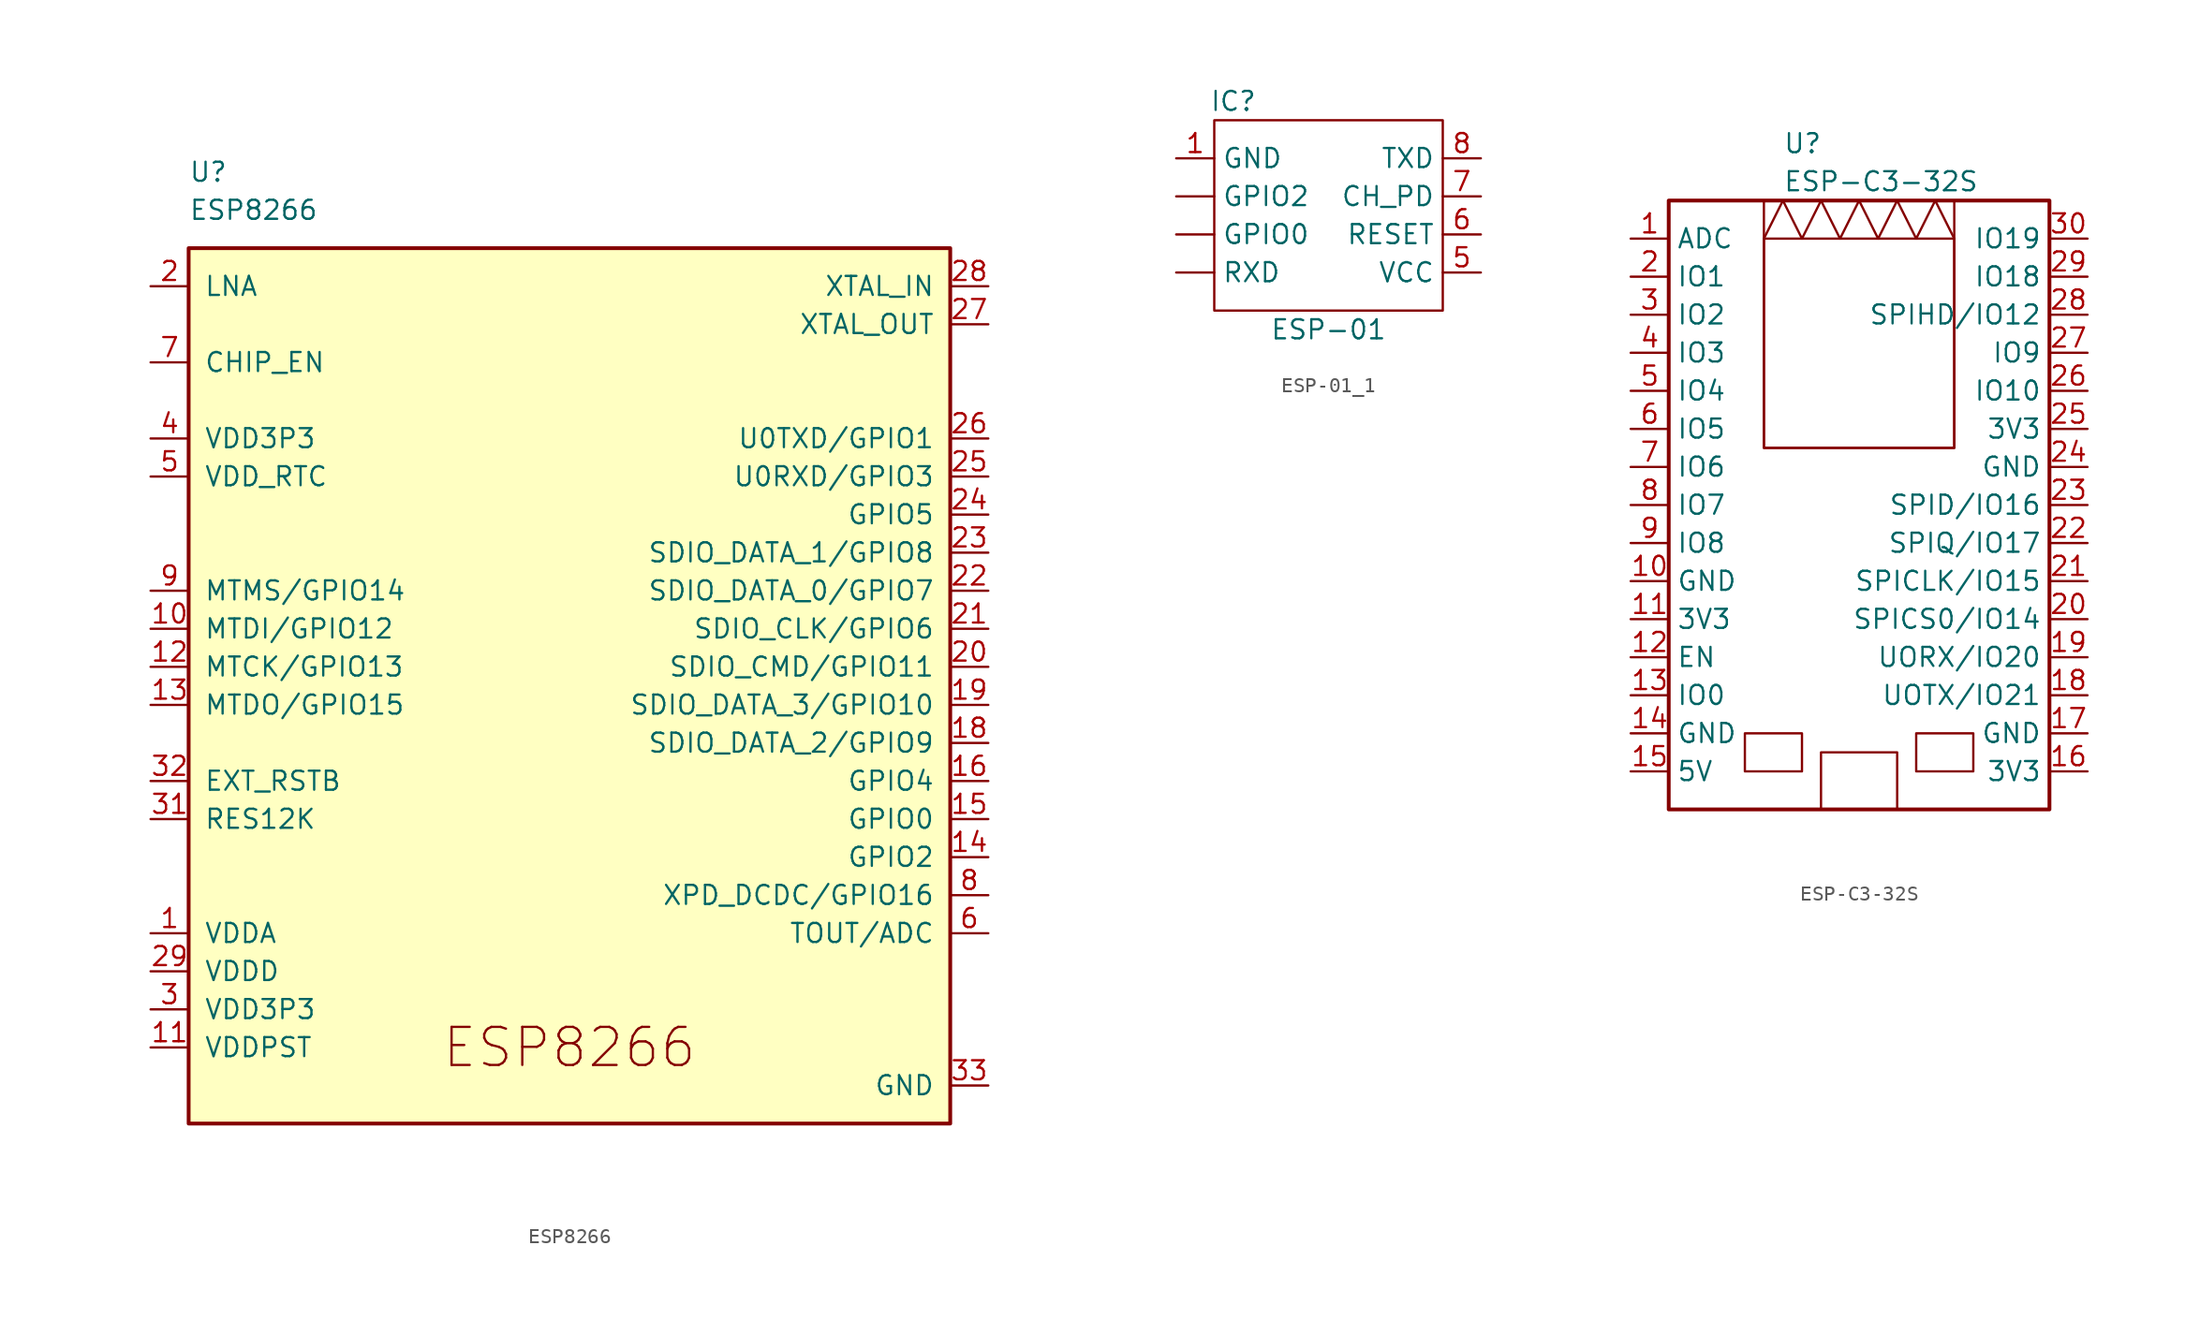
<source format=kicad_sym>
(kicad_symbol_lib
  (version 20231120)
  (generator "kicad_symbol_editor")
  (generator_version "8.0")
  (symbol "ESP8266"
    (pin_names
      (offset 1.016))
    (property "Reference" "U"
      (at -25.4 35.56 0)
      (effects (font (size 1.27 1.27)) (justify left)))
    (property "Value" "ESP8266"
      (at -25.4 33.02 0)
      (effects (font (size 1.27 1.27)) (justify left)))
    (symbol "ESP8266_1_1"
      (rectangle (start -25.4 30.48) (end 25.4 -27.94) (stroke (width 0.254) (type default)) (fill (type background)))
      (text "ESP8266" (at 0 -22.86 0) (effects (font (size 2.54 2.54))))
      (pin bidirectional line (at -27.94 -15.24 0) (length 2.54) (name "VDDA" (effects (font (size 1.27 1.27)))) (number "1" (effects (font (size 1.27 1.27)))))
      (pin bidirectional line (at -27.94 5.08 0) (length 2.54) (name "MTDI/GPIO12" (effects (font (size 1.27 1.27)))) (number "10" (effects (font (size 1.27 1.27)))))
      (pin power_in line (at -27.94 -22.86 0) (length 2.54) (name "VDDPST" (effects (font (size 1.27 1.27)))) (number "11" (effects (font (size 1.27 1.27)))))
      (pin bidirectional line (at -27.94 2.54 0) (length 2.54) (name "MTCK/GPIO13" (effects (font (size 1.27 1.27)))) (number "12" (effects (font (size 1.27 1.27)))))
      (pin bidirectional line (at -27.94 0 0) (length 2.54) (name "MTDO/GPIO15" (effects (font (size 1.27 1.27)))) (number "13" (effects (font (size 1.27 1.27)))))
      (pin bidirectional line (at 27.94 -10.16 180) (length 2.54) (name "GPIO2" (effects (font (size 1.27 1.27)))) (number "14" (effects (font (size 1.27 1.27)))))
      (pin bidirectional line (at 27.94 -7.62 180) (length 2.54) (name "GPIO0" (effects (font (size 1.27 1.27)))) (number "15" (effects (font (size 1.27 1.27)))))
      (pin bidirectional line (at 27.94 -5.08 180) (length 2.54) (name "GPIO4" (effects (font (size 1.27 1.27)))) (number "16" (effects (font (size 1.27 1.27)))))
      (pin passive line (at -27.94 -22.86 0) (length 2.54) hide (name "VDDPST" (effects (font (size 1.27 1.27)))) (number "17" (effects (font (size 1.27 1.27)))))
      (pin bidirectional line (at 27.94 -2.54 180) (length 2.54) (name "SDIO_DATA_2/GPIO9" (effects (font (size 1.27 1.27)))) (number "18" (effects (font (size 1.27 1.27)))))
      (pin bidirectional line (at 27.94 0 180) (length 2.54) (name "SDIO_DATA_3/GPIO10" (effects (font (size 1.27 1.27)))) (number "19" (effects (font (size 1.27 1.27)))))
      (pin power_in line (at -27.94 27.94 0) (length 2.54) (name "LNA" (effects (font (size 1.27 1.27)))) (number "2" (effects (font (size 1.27 1.27)))))
      (pin bidirectional line (at 27.94 2.54 180) (length 2.54) (name "SDIO_CMD/GPIO11" (effects (font (size 1.27 1.27)))) (number "20" (effects (font (size 1.27 1.27)))))
      (pin bidirectional line (at 27.94 5.08 180) (length 2.54) (name "SDIO_CLK/GPIO6" (effects (font (size 1.27 1.27)))) (number "21" (effects (font (size 1.27 1.27)))))
      (pin bidirectional line (at 27.94 7.62 180) (length 2.54) (name "SDIO_DATA_0/GPIO7" (effects (font (size 1.27 1.27)))) (number "22" (effects (font (size 1.27 1.27)))))
      (pin bidirectional line (at 27.94 10.16 180) (length 2.54) (name "SDIO_DATA_1/GPIO8" (effects (font (size 1.27 1.27)))) (number "23" (effects (font (size 1.27 1.27)))))
      (pin bidirectional line (at 27.94 12.7 180) (length 2.54) (name "GPIO5" (effects (font (size 1.27 1.27)))) (number "24" (effects (font (size 1.27 1.27)))))
      (pin bidirectional line (at 27.94 15.24 180) (length 2.54) (name "U0RXD/GPIO3" (effects (font (size 1.27 1.27)))) (number "25" (effects (font (size 1.27 1.27)))))
      (pin bidirectional line (at 27.94 17.78 180) (length 2.54) (name "U0TXD/GPIO1" (effects (font (size 1.27 1.27)))) (number "26" (effects (font (size 1.27 1.27)))))
      (pin bidirectional line (at 27.94 25.4 180) (length 2.54) (name "XTAL_OUT" (effects (font (size 1.27 1.27)))) (number "27" (effects (font (size 1.27 1.27)))))
      (pin bidirectional line (at 27.94 27.94 180) (length 2.54) (name "XTAL_IN" (effects (font (size 1.27 1.27)))) (number "28" (effects (font (size 1.27 1.27)))))
      (pin output line (at -27.94 -17.78 0) (length 2.54) (name "VDDD" (effects (font (size 1.27 1.27)))) (number "29" (effects (font (size 1.27 1.27)))))
      (pin power_out line (at -27.94 -20.32 0) (length 2.54) (name "VDD3P3" (effects (font (size 1.27 1.27)))) (number "3" (effects (font (size 1.27 1.27)))))
      (pin passive line (at -27.94 -15.24 0) (length 2.54) hide (name "VDDA" (effects (font (size 1.27 1.27)))) (number "30" (effects (font (size 1.27 1.27)))))
      (pin power_in line (at -27.94 -7.62 0) (length 2.54) (name "RES12K" (effects (font (size 1.27 1.27)))) (number "31" (effects (font (size 1.27 1.27)))))
      (pin power_in line (at -27.94 -5.08 0) (length 2.54) (name "EXT_RSTB" (effects (font (size 1.27 1.27)))) (number "32" (effects (font (size 1.27 1.27)))))
      (pin power_in line (at 27.94 -25.4 180) (length 2.54) (name "GND" (effects (font (size 1.27 1.27)))) (number "33" (effects (font (size 1.27 1.27)))))
      (pin output line (at -27.94 17.78 0) (length 2.54) (name "VDD3P3" (effects (font (size 1.27 1.27)))) (number "4" (effects (font (size 1.27 1.27)))))
      (pin input line (at -27.94 15.24 0) (length 2.54) (name "VDD_RTC" (effects (font (size 1.27 1.27)))) (number "5" (effects (font (size 1.27 1.27)))))
      (pin input line (at 27.94 -15.24 180) (length 2.54) (name "TOUT/ADC" (effects (font (size 1.27 1.27)))) (number "6" (effects (font (size 1.27 1.27)))))
      (pin input line (at -27.94 22.86 0) (length 2.54) (name "CHIP_EN" (effects (font (size 1.27 1.27)))) (number "7" (effects (font (size 1.27 1.27)))))
      (pin bidirectional line (at 27.94 -12.7 180) (length 2.54) (name "XPD_DCDC/GPIO16" (effects (font (size 1.27 1.27)))) (number "8" (effects (font (size 1.27 1.27)))))
      (pin bidirectional line (at -27.94 7.62 0) (length 2.54) (name "MTMS/GPIO14" (effects (font (size 1.27 1.27)))) (number "9" (effects (font (size 1.27 1.27)))))))
  (symbol "ESP-01_1"
    (property "Reference" "IC"
      (at -6.35 7.62 0)
      (effects (font (size 1.27 1.27))))
    (property "Value" "ESP-01"
      (at 0 -7.62 0)
      (effects (font (size 1.27 1.27))))
    (symbol "ESP-01_1_0_1"
      (rectangle (start -7.62 6.35) (end 7.62 -6.35) (stroke (width 0) (type default)) (fill (type none))))
    (symbol "ESP-01_1_1_1"
      (pin input line (at -10.16 3.81 0) (length 2.54) (name "GND" (effects (font (size 1.27 1.27)))) (number "1" (effects (font (size 1.27 1.27)))))
      (pin input line (at 10.16 -3.81 180) (length 2.54) (name "VCC" (effects (font (size 1.27 1.27)))) (number "5" (effects (font (size 1.27 1.27)))))
      (pin input line (at 10.16 -1.27 180) (length 2.54) (name "RESET" (effects (font (size 1.27 1.27)))) (number "6" (effects (font (size 1.27 1.27)))))
      (pin input line (at 10.16 1.27 180) (length 2.54) (name "CH_PD" (effects (font (size 1.27 1.27)))) (number "7" (effects (font (size 1.27 1.27)))))
      (pin input line (at 10.16 3.81 180) (length 2.54) (name "TXD" (effects (font (size 1.27 1.27)))) (number "8" (effects (font (size 1.27 1.27)))))
      (pin input line (at -10.16 -1.27 0) (length 2.54) (name "GPIO0" (effects (font (size 1.27 1.27)))) (number "~" (effects (font (size 1.27 1.27)))))
      (pin input line (at -10.16 1.27 0) (length 2.54) (name "GPIO2" (effects (font (size 1.27 1.27)))) (number "~" (effects (font (size 1.27 1.27)))))
      (pin input line (at -10.16 -3.81 0) (length 2.54) (name "RXD" (effects (font (size 1.27 1.27)))) (number "~" (effects (font (size 1.27 1.27)))))))
  (symbol "ESP-C3-32S"
    (property "Reference" "U"
      (at -5.08 24.13 0)
      (effects (font (size 1.27 1.27)) (justify left)))
    (property "Value" "ESP-C3-32S"
      (at -5.08 21.59 0)
      (effects (font (size 1.27 1.27)) (justify left)))
    (symbol "ESP-C3-32S_0_1"
      (rectangle (start -12.7 20.32) (end 12.7 -20.32) (stroke (width 0.254) (type default)) (fill (type none)))
      (rectangle (start -7.62 -15.24) (end -3.81 -17.78) (stroke (width 0) (type default)) (fill (type none)))
      (rectangle (start -6.35 17.78) (end 6.35 3.81) (stroke (width 0) (type default)) (fill (type none)))
      (rectangle (start -6.35 20.32) (end 6.35 3.81) (stroke (width 0) (type default)) (fill (type none)))
      (rectangle (start -2.54 -16.51) (end 2.54 -20.32) (stroke (width 0) (type default)) (fill (type none)))
      (polyline (pts (xy -6.35 17.78) (xy -5.08 20.32) (xy -3.81 17.78) (xy -2.54 20.32) (xy -1.27 17.78) (xy 0 20.32) (xy 1.27 17.78) (xy 2.54 20.32) (xy 3.81 17.78) (xy 5.08 20.32) (xy 6.35 17.78)) (stroke (width 0) (type default)) (fill (type none)))
      (rectangle (start 3.81 -15.24) (end 7.62 -17.78) (stroke (width 0) (type default)) (fill (type none))))
    (symbol "ESP-C3-32S_1_1"
      (pin input line (at -15.24 17.78 0) (length 2.54) (name "ADC" (effects (font (size 1.27 1.27)))) (number "1" (effects (font (size 1.27 1.27)))))
      (pin power_in line (at -15.24 -5.08 0) (length 2.54) (name "GND" (effects (font (size 1.27 1.27)))) (number "10" (effects (font (size 1.27 1.27)))))
      (pin power_out line (at -15.24 -7.62 0) (length 2.54) (name "3V3" (effects (font (size 1.27 1.27)))) (number "11" (effects (font (size 1.27 1.27)))))
      (pin input line (at -15.24 -10.16 0) (length 2.54) (name "EN" (effects (font (size 1.27 1.27)))) (number "12" (effects (font (size 1.27 1.27)))))
      (pin bidirectional line (at -15.24 -12.7 0) (length 2.54) (name "IO0" (effects (font (size 1.27 1.27)))) (number "13" (effects (font (size 1.27 1.27)))))
      (pin power_in line (at -15.24 -15.24 0) (length 2.54) (name "GND" (effects (font (size 1.27 1.27)))) (number "14" (effects (font (size 1.27 1.27)))))
      (pin power_in line (at -15.24 -17.78 0) (length 2.54) (name "5V" (effects (font (size 1.27 1.27)))) (number "15" (effects (font (size 1.27 1.27)))))
      (pin power_in line (at 15.24 -17.78 180) (length 2.54) (name "3V3" (effects (font (size 1.27 1.27)))) (number "16" (effects (font (size 1.27 1.27)))))
      (pin power_in line (at 15.24 -15.24 180) (length 2.54) (name "GND" (effects (font (size 1.27 1.27)))) (number "17" (effects (font (size 1.27 1.27)))))
      (pin bidirectional line (at 15.24 -12.7 180) (length 2.54) (name "UOTX/IO21" (effects (font (size 1.27 1.27)))) (number "18" (effects (font (size 1.27 1.27)))))
      (pin bidirectional line (at 15.24 -10.16 180) (length 2.54) (name "UORX/IO20" (effects (font (size 1.27 1.27)))) (number "19" (effects (font (size 1.27 1.27)))))
      (pin power_in line (at -15.24 15.24 0) (length 2.54) (name "IO1" (effects (font (size 1.27 1.27)))) (number "2" (effects (font (size 1.27 1.27)))))
      (pin bidirectional line (at 15.24 -7.62 180) (length 2.54) (name "SPICS0/IO14" (effects (font (size 1.27 1.27)))) (number "20" (effects (font (size 1.27 1.27)))))
      (pin bidirectional line (at 15.24 -5.08 180) (length 2.54) (name "SPICLK/IO15" (effects (font (size 1.27 1.27)))) (number "21" (effects (font (size 1.27 1.27)))))
      (pin bidirectional line (at 15.24 -2.54 180) (length 2.54) (name "SPIQ/IO17" (effects (font (size 1.27 1.27)))) (number "22" (effects (font (size 1.27 1.27)))))
      (pin bidirectional line (at 15.24 0 180) (length 2.54) (name "SPID/IO16" (effects (font (size 1.27 1.27)))) (number "23" (effects (font (size 1.27 1.27)))))
      (pin power_in line (at 15.24 2.54 180) (length 2.54) (name "GND" (effects (font (size 1.27 1.27)))) (number "24" (effects (font (size 1.27 1.27)))))
      (pin power_out line (at 15.24 5.08 180) (length 2.54) (name "3V3" (effects (font (size 1.27 1.27)))) (number "25" (effects (font (size 1.27 1.27)))))
      (pin bidirectional line (at 15.24 7.62 180) (length 2.54) (name "IO10" (effects (font (size 1.27 1.27)))) (number "26" (effects (font (size 1.27 1.27)))))
      (pin bidirectional line (at 15.24 10.16 180) (length 2.54) (name "IO9" (effects (font (size 1.27 1.27)))) (number "27" (effects (font (size 1.27 1.27)))))
      (pin bidirectional line (at 15.24 12.7 180) (length 2.54) (name "SPIHD/IO12" (effects (font (size 1.27 1.27)))) (number "28" (effects (font (size 1.27 1.27)))))
      (pin bidirectional line (at 15.24 15.24 180) (length 2.54) (name "IO18" (effects (font (size 1.27 1.27)))) (number "29" (effects (font (size 1.27 1.27)))))
      (pin bidirectional line (at -15.24 12.7 0) (length 2.54) (name "IO2" (effects (font (size 1.27 1.27)))) (number "3" (effects (font (size 1.27 1.27)))))
      (pin bidirectional line (at 15.24 17.78 180) (length 2.54) (name "IO19" (effects (font (size 1.27 1.27)))) (number "30" (effects (font (size 1.27 1.27)))))
      (pin bidirectional line (at -15.24 10.16 0) (length 2.54) (name "IO3" (effects (font (size 1.27 1.27)))) (number "4" (effects (font (size 1.27 1.27)))))
      (pin bidirectional line (at -15.24 7.62 0) (length 2.54) (name "IO4" (effects (font (size 1.27 1.27)))) (number "5" (effects (font (size 1.27 1.27)))))
      (pin bidirectional line (at -15.24 5.08 0) (length 2.54) (name "IO5" (effects (font (size 1.27 1.27)))) (number "6" (effects (font (size 1.27 1.27)))))
      (pin bidirectional line (at -15.24 2.54 0) (length 2.54) (name "IO6" (effects (font (size 1.27 1.27)))) (number "7" (effects (font (size 1.27 1.27)))))
      (pin bidirectional line (at -15.24 0 0) (length 2.54) (name "IO7" (effects (font (size 1.27 1.27)))) (number "8" (effects (font (size 1.27 1.27)))))
      (pin bidirectional line (at -15.24 -2.54 0) (length 2.54) (name "IO8" (effects (font (size 1.27 1.27)))) (number "9" (effects (font (size 1.27 1.27))))))))
</source>
